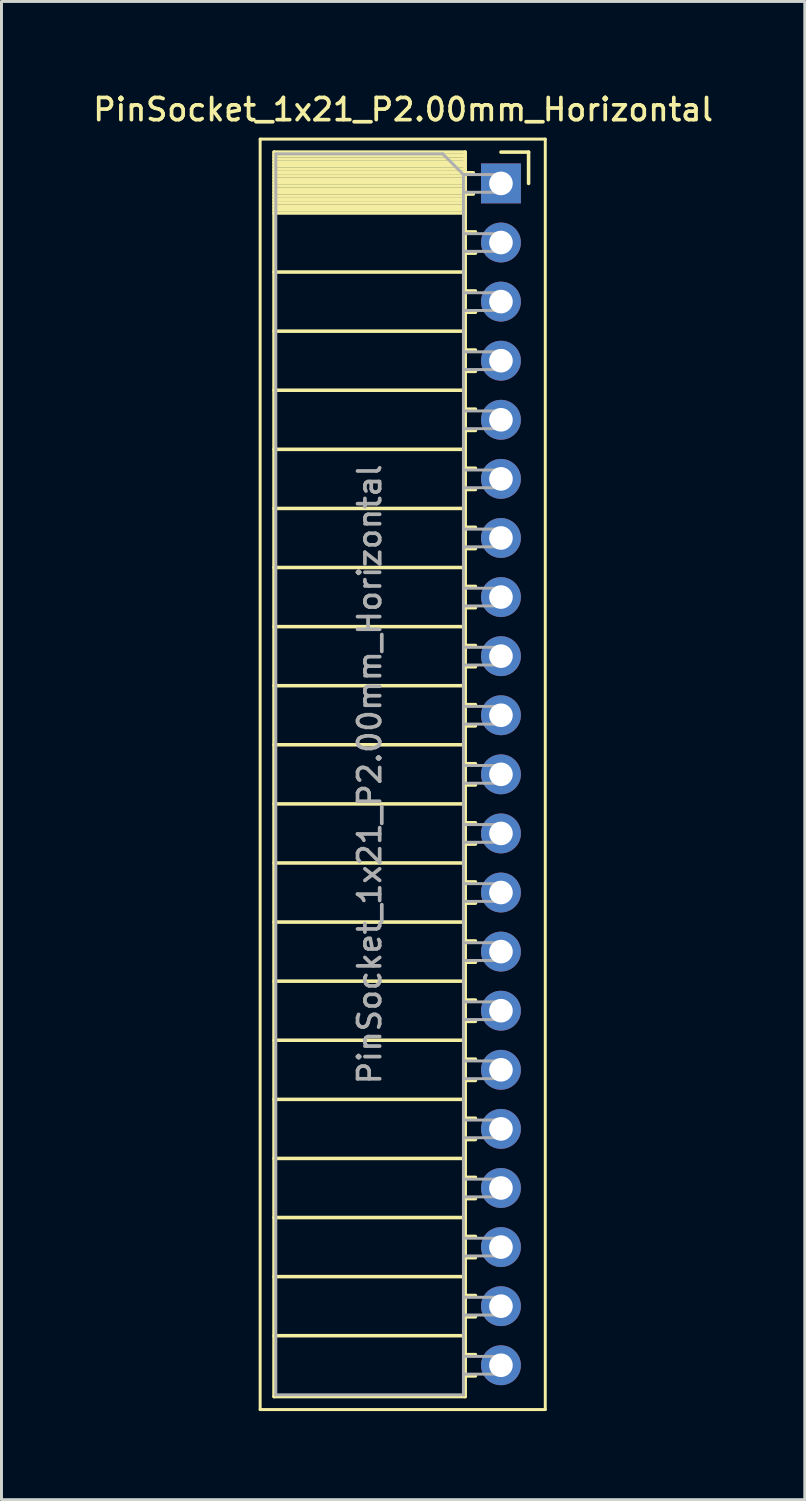
<source format=kicad_pcb>
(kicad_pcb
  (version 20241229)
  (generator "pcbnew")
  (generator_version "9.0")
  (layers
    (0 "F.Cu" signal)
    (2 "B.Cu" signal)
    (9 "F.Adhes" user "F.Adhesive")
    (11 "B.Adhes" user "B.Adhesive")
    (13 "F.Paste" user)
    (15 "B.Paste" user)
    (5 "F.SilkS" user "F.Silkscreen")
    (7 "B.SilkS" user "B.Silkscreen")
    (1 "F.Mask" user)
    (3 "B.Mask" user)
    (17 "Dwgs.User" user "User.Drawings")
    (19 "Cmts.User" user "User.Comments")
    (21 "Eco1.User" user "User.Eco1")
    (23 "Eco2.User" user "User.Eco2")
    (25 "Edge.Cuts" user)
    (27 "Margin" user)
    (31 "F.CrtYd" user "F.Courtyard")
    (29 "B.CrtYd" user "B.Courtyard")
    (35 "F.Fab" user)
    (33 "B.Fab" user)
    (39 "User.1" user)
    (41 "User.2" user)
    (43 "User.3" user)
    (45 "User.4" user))
  (footprint "PinSocket_1x21_P2.00mm_Horizontal"
    (layer "F.Cu")
    (at 13.905 3.158)
    (property "Reference" "PinSocket_1x21_P2.00mm_Horizontal" (at -3.31 -2.5 0) (layer "F.SilkS") (effects (font (size 0.75 0.75) (thickness 0.125))))
    (attr through_hole)
    (fp_line (start -8.15 -1.5) (end -8.15 41.5) (stroke (width 0.1) (type solid)) (layer "F.SilkS"))
    (fp_line (start -8.15 41.5) (end 1.5 41.5) (stroke (width 0.1) (type solid)) (layer "F.SilkS"))
    (fp_line (start -7.68 -1.06) (end -7.68 41.06) (stroke (width 0.12) (type solid)) (layer "F.SilkS"))
    (fp_line (start -7.68 -1.06) (end -1.21 -1.06) (stroke (width 0.12) (type solid)) (layer "F.SilkS"))
    (fp_line (start -7.68 -0.94) (end -1.21 -0.94) (stroke (width 0.12) (type solid)) (layer "F.SilkS"))
    (fp_line (start -7.68 -0.826) (end -1.21 -0.826) (stroke (width 0.12) (type solid)) (layer "F.SilkS"))
    (fp_line (start -7.68 -0.712) (end -1.21 -0.712) (stroke (width 0.12) (type solid)) (layer "F.SilkS"))
    (fp_line (start -7.68 -0.598) (end -1.21 -0.598) (stroke (width 0.12) (type solid)) (layer "F.SilkS"))
    (fp_line (start -7.68 -0.484) (end -1.21 -0.484) (stroke (width 0.12) (type solid)) (layer "F.SilkS"))
    (fp_line (start -7.68 -0.369) (end -1.21 -0.369) (stroke (width 0.12) (type solid)) (layer "F.SilkS"))
    (fp_line (start -7.68 -0.255) (end -1.21 -0.255) (stroke (width 0.12) (type solid)) (layer "F.SilkS"))
    (fp_line (start -7.68 -0.141) (end -1.21 -0.141) (stroke (width 0.12) (type solid)) (layer "F.SilkS"))
    (fp_line (start -7.68 -0.027) (end -1.21 -0.027) (stroke (width 0.12) (type solid)) (layer "F.SilkS"))
    (fp_line (start -7.68 0.087) (end -1.21 0.087) (stroke (width 0.12) (type solid)) (layer "F.SilkS"))
    (fp_line (start -7.68 0.201) (end -1.21 0.201) (stroke (width 0.12) (type solid)) (layer "F.SilkS"))
    (fp_line (start -7.68 0.315) (end -1.21 0.315) (stroke (width 0.12) (type solid)) (layer "F.SilkS"))
    (fp_line (start -7.68 0.429) (end -1.21 0.429) (stroke (width 0.12) (type solid)) (layer "F.SilkS"))
    (fp_line (start -7.68 0.544) (end -1.21 0.544) (stroke (width 0.12) (type solid)) (layer "F.SilkS"))
    (fp_line (start -7.68 0.658) (end -1.21 0.658) (stroke (width 0.12) (type solid)) (layer "F.SilkS"))
    (fp_line (start -7.68 0.772) (end -1.21 0.772) (stroke (width 0.12) (type solid)) (layer "F.SilkS"))
    (fp_line (start -7.68 0.886) (end -1.21 0.886) (stroke (width 0.12) (type solid)) (layer "F.SilkS"))
    (fp_line (start -7.68 1) (end -1.21 1) (stroke (width 0.12) (type solid)) (layer "F.SilkS"))
    (fp_line (start -7.68 3) (end -1.21 3) (stroke (width 0.12) (type solid)) (layer "F.SilkS"))
    (fp_line (start -7.68 5) (end -1.21 5) (stroke (width 0.12) (type solid)) (layer "F.SilkS"))
    (fp_line (start -7.68 7) (end -1.21 7) (stroke (width 0.12) (type solid)) (layer "F.SilkS"))
    (fp_line (start -7.68 9) (end -1.21 9) (stroke (width 0.12) (type solid)) (layer "F.SilkS"))
    (fp_line (start -7.68 11) (end -1.21 11) (stroke (width 0.12) (type solid)) (layer "F.SilkS"))
    (fp_line (start -7.68 13) (end -1.21 13) (stroke (width 0.12) (type solid)) (layer "F.SilkS"))
    (fp_line (start -7.68 15) (end -1.21 15) (stroke (width 0.12) (type solid)) (layer "F.SilkS"))
    (fp_line (start -7.68 17) (end -1.21 17) (stroke (width 0.12) (type solid)) (layer "F.SilkS"))
    (fp_line (start -7.68 19) (end -1.21 19) (stroke (width 0.12) (type solid)) (layer "F.SilkS"))
    (fp_line (start -7.68 21) (end -1.21 21) (stroke (width 0.12) (type solid)) (layer "F.SilkS"))
    (fp_line (start -7.68 23) (end -1.21 23) (stroke (width 0.12) (type solid)) (layer "F.SilkS"))
    (fp_line (start -7.68 25) (end -1.21 25) (stroke (width 0.12) (type solid)) (layer "F.SilkS"))
    (fp_line (start -7.68 27) (end -1.21 27) (stroke (width 0.12) (type solid)) (layer "F.SilkS"))
    (fp_line (start -7.68 29) (end -1.21 29) (stroke (width 0.12) (type solid)) (layer "F.SilkS"))
    (fp_line (start -7.68 31) (end -1.21 31) (stroke (width 0.12) (type solid)) (layer "F.SilkS"))
    (fp_line (start -7.68 33) (end -1.21 33) (stroke (width 0.12) (type solid)) (layer "F.SilkS"))
    (fp_line (start -7.68 35) (end -1.21 35) (stroke (width 0.12) (type solid)) (layer "F.SilkS"))
    (fp_line (start -7.68 37) (end -1.21 37) (stroke (width 0.12) (type solid)) (layer "F.SilkS"))
    (fp_line (start -7.68 39) (end -1.21 39) (stroke (width 0.12) (type solid)) (layer "F.SilkS"))
    (fp_line (start -7.68 41.06) (end -1.21 41.06) (stroke (width 0.12) (type solid)) (layer "F.SilkS"))
    (fp_line (start -1.21 -1.06) (end -1.21 41.06) (stroke (width 0.12) (type solid)) (layer "F.SilkS"))
    (fp_line (start -1.21 -0.36) (end -0.935 -0.36) (stroke (width 0.12) (type solid)) (layer "F.SilkS"))
    (fp_line (start -1.21 0.36) (end -0.935 0.36) (stroke (width 0.12) (type solid)) (layer "F.SilkS"))
    (fp_line (start -1.21 1.64) (end -0.863 1.64) (stroke (width 0.12) (type solid)) (layer "F.SilkS"))
    (fp_line (start -1.21 2.36) (end -0.863 2.36) (stroke (width 0.12) (type solid)) (layer "F.SilkS"))
    (fp_line (start -1.21 3.64) (end -0.863 3.64) (stroke (width 0.12) (type solid)) (layer "F.SilkS"))
    (fp_line (start -1.21 4.36) (end -0.863 4.36) (stroke (width 0.12) (type solid)) (layer "F.SilkS"))
    (fp_line (start -1.21 5.64) (end -0.863 5.64) (stroke (width 0.12) (type solid)) (layer "F.SilkS"))
    (fp_line (start -1.21 6.36) (end -0.863 6.36) (stroke (width 0.12) (type solid)) (layer "F.SilkS"))
    (fp_line (start -1.21 7.64) (end -0.863 7.64) (stroke (width 0.12) (type solid)) (layer "F.SilkS"))
    (fp_line (start -1.21 8.36) (end -0.863 8.36) (stroke (width 0.12) (type solid)) (layer "F.SilkS"))
    (fp_line (start -1.21 9.64) (end -0.863 9.64) (stroke (width 0.12) (type solid)) (layer "F.SilkS"))
    (fp_line (start -1.21 10.36) (end -0.863 10.36) (stroke (width 0.12) (type solid)) (layer "F.SilkS"))
    (fp_line (start -1.21 11.64) (end -0.863 11.64) (stroke (width 0.12) (type solid)) (layer "F.SilkS"))
    (fp_line (start -1.21 12.36) (end -0.863 12.36) (stroke (width 0.12) (type solid)) (layer "F.SilkS"))
    (fp_line (start -1.21 13.64) (end -0.863 13.64) (stroke (width 0.12) (type solid)) (layer "F.SilkS"))
    (fp_line (start -1.21 14.36) (end -0.863 14.36) (stroke (width 0.12) (type solid)) (layer "F.SilkS"))
    (fp_line (start -1.21 15.64) (end -0.863 15.64) (stroke (width 0.12) (type solid)) (layer "F.SilkS"))
    (fp_line (start -1.21 16.36) (end -0.863 16.36) (stroke (width 0.12) (type solid)) (layer "F.SilkS"))
    (fp_line (start -1.21 17.64) (end -0.863 17.64) (stroke (width 0.12) (type solid)) (layer "F.SilkS"))
    (fp_line (start -1.21 18.36) (end -0.863 18.36) (stroke (width 0.12) (type solid)) (layer "F.SilkS"))
    (fp_line (start -1.21 19.64) (end -0.863 19.64) (stroke (width 0.12) (type solid)) (layer "F.SilkS"))
    (fp_line (start -1.21 20.36) (end -0.863 20.36) (stroke (width 0.12) (type solid)) (layer "F.SilkS"))
    (fp_line (start -1.21 21.64) (end -0.863 21.64) (stroke (width 0.12) (type solid)) (layer "F.SilkS"))
    (fp_line (start -1.21 22.36) (end -0.863 22.36) (stroke (width 0.12) (type solid)) (layer "F.SilkS"))
    (fp_line (start -1.21 23.64) (end -0.863 23.64) (stroke (width 0.12) (type solid)) (layer "F.SilkS"))
    (fp_line (start -1.21 24.36) (end -0.863 24.36) (stroke (width 0.12) (type solid)) (layer "F.SilkS"))
    (fp_line (start -1.21 25.64) (end -0.863 25.64) (stroke (width 0.12) (type solid)) (layer "F.SilkS"))
    (fp_line (start -1.21 26.36) (end -0.863 26.36) (stroke (width 0.12) (type solid)) (layer "F.SilkS"))
    (fp_line (start -1.21 27.64) (end -0.863 27.64) (stroke (width 0.12) (type solid)) (layer "F.SilkS"))
    (fp_line (start -1.21 28.36) (end -0.863 28.36) (stroke (width 0.12) (type solid)) (layer "F.SilkS"))
    (fp_line (start -1.21 29.64) (end -0.863 29.64) (stroke (width 0.12) (type solid)) (layer "F.SilkS"))
    (fp_line (start -1.21 30.36) (end -0.863 30.36) (stroke (width 0.12) (type solid)) (layer "F.SilkS"))
    (fp_line (start -1.21 31.64) (end -0.863 31.64) (stroke (width 0.12) (type solid)) (layer "F.SilkS"))
    (fp_line (start -1.21 32.36) (end -0.863 32.36) (stroke (width 0.12) (type solid)) (layer "F.SilkS"))
    (fp_line (start -1.21 33.64) (end -0.863 33.64) (stroke (width 0.12) (type solid)) (layer "F.SilkS"))
    (fp_line (start -1.21 34.36) (end -0.863 34.36) (stroke (width 0.12) (type solid)) (layer "F.SilkS"))
    (fp_line (start -1.21 35.64) (end -0.863 35.64) (stroke (width 0.12) (type solid)) (layer "F.SilkS"))
    (fp_line (start -1.21 36.36) (end -0.863 36.36) (stroke (width 0.12) (type solid)) (layer "F.SilkS"))
    (fp_line (start -1.21 37.64) (end -0.863 37.64) (stroke (width 0.12) (type solid)) (layer "F.SilkS"))
    (fp_line (start -1.21 38.36) (end -0.863 38.36) (stroke (width 0.12) (type solid)) (layer "F.SilkS"))
    (fp_line (start -1.21 39.64) (end -0.863 39.64) (stroke (width 0.12) (type solid)) (layer "F.SilkS"))
    (fp_line (start -1.21 40.36) (end -0.863 40.36) (stroke (width 0.12) (type solid)) (layer "F.SilkS"))
    (fp_line (start 0 -1.06) (end 0.935 -1.06) (stroke (width 0.12) (type solid)) (layer "F.SilkS"))
    (fp_line (start 0.935 -1.06) (end 0.935 0) (stroke (width 0.12) (type solid)) (layer "F.SilkS"))
    (fp_line (start 1.5 -1.5) (end -8.15 -1.5) (stroke (width 0.1) (type solid)) (layer "F.SilkS"))
    (fp_line (start 1.5 41.5) (end 1.5 -1.5) (stroke (width 0.1) (type solid)) (layer "F.SilkS"))
    (fp_line (start -7.62 -1) (end -1.97 -1) (stroke (width 0.1) (type solid)) (layer "F.Fab"))
    (fp_line (start -7.62 41) (end -7.62 -1) (stroke (width 0.1) (type solid)) (layer "F.Fab"))
    (fp_line (start -1.97 -1) (end -1.27 -0.3) (stroke (width 0.1) (type solid)) (layer "F.Fab"))
    (fp_line (start -1.27 -0.3) (end -1.27 41) (stroke (width 0.1) (type solid)) (layer "F.Fab"))
    (fp_line (start -1.27 0.3) (end 0 0.3) (stroke (width 0.1) (type solid)) (layer "F.Fab"))
    (fp_line (start -1.27 2.3) (end 0 2.3) (stroke (width 0.1) (type solid)) (layer "F.Fab"))
    (fp_line (start -1.27 4.3) (end 0 4.3) (stroke (width 0.1) (type solid)) (layer "F.Fab"))
    (fp_line (start -1.27 6.3) (end 0 6.3) (stroke (width 0.1) (type solid)) (layer "F.Fab"))
    (fp_line (start -1.27 8.3) (end 0 8.3) (stroke (width 0.1) (type solid)) (layer "F.Fab"))
    (fp_line (start -1.27 10.3) (end 0 10.3) (stroke (width 0.1) (type solid)) (layer "F.Fab"))
    (fp_line (start -1.27 12.3) (end 0 12.3) (stroke (width 0.1) (type solid)) (layer "F.Fab"))
    (fp_line (start -1.27 14.3) (end 0 14.3) (stroke (width 0.1) (type solid)) (layer "F.Fab"))
    (fp_line (start -1.27 16.3) (end 0 16.3) (stroke (width 0.1) (type solid)) (layer "F.Fab"))
    (fp_line (start -1.27 18.3) (end 0 18.3) (stroke (width 0.1) (type solid)) (layer "F.Fab"))
    (fp_line (start -1.27 20.3) (end 0 20.3) (stroke (width 0.1) (type solid)) (layer "F.Fab"))
    (fp_line (start -1.27 22.3) (end 0 22.3) (stroke (width 0.1) (type solid)) (layer "F.Fab"))
    (fp_line (start -1.27 24.3) (end 0 24.3) (stroke (width 0.1) (type solid)) (layer "F.Fab"))
    (fp_line (start -1.27 26.3) (end 0 26.3) (stroke (width 0.1) (type solid)) (layer "F.Fab"))
    (fp_line (start -1.27 28.3) (end 0 28.3) (stroke (width 0.1) (type solid)) (layer "F.Fab"))
    (fp_line (start -1.27 30.3) (end 0 30.3) (stroke (width 0.1) (type solid)) (layer "F.Fab"))
    (fp_line (start -1.27 32.3) (end 0 32.3) (stroke (width 0.1) (type solid)) (layer "F.Fab"))
    (fp_line (start -1.27 34.3) (end 0 34.3) (stroke (width 0.1) (type solid)) (layer "F.Fab"))
    (fp_line (start -1.27 36.3) (end 0 36.3) (stroke (width 0.1) (type solid)) (layer "F.Fab"))
    (fp_line (start -1.27 38.3) (end 0 38.3) (stroke (width 0.1) (type solid)) (layer "F.Fab"))
    (fp_line (start -1.27 40.3) (end 0 40.3) (stroke (width 0.1) (type solid)) (layer "F.Fab"))
    (fp_line (start -1.27 41) (end -7.62 41) (stroke (width 0.1) (type solid)) (layer "F.Fab"))
    (fp_line (start 0 -0.3) (end -1.27 -0.3) (stroke (width 0.1) (type solid)) (layer "F.Fab"))
    (fp_line (start 0 0.3) (end 0 -0.3) (stroke (width 0.1) (type solid)) (layer "F.Fab"))
    (fp_line (start 0 1.7) (end -1.27 1.7) (stroke (width 0.1) (type solid)) (layer "F.Fab"))
    (fp_line (start 0 2.3) (end 0 1.7) (stroke (width 0.1) (type solid)) (layer "F.Fab"))
    (fp_line (start 0 3.7) (end -1.27 3.7) (stroke (width 0.1) (type solid)) (layer "F.Fab"))
    (fp_line (start 0 4.3) (end 0 3.7) (stroke (width 0.1) (type solid)) (layer "F.Fab"))
    (fp_line (start 0 5.7) (end -1.27 5.7) (stroke (width 0.1) (type solid)) (layer "F.Fab"))
    (fp_line (start 0 6.3) (end 0 5.7) (stroke (width 0.1) (type solid)) (layer "F.Fab"))
    (fp_line (start 0 7.7) (end -1.27 7.7) (stroke (width 0.1) (type solid)) (layer "F.Fab"))
    (fp_line (start 0 8.3) (end 0 7.7) (stroke (width 0.1) (type solid)) (layer "F.Fab"))
    (fp_line (start 0 9.7) (end -1.27 9.7) (stroke (width 0.1) (type solid)) (layer "F.Fab"))
    (fp_line (start 0 10.3) (end 0 9.7) (stroke (width 0.1) (type solid)) (layer "F.Fab"))
    (fp_line (start 0 11.7) (end -1.27 11.7) (stroke (width 0.1) (type solid)) (layer "F.Fab"))
    (fp_line (start 0 12.3) (end 0 11.7) (stroke (width 0.1) (type solid)) (layer "F.Fab"))
    (fp_line (start 0 13.7) (end -1.27 13.7) (stroke (width 0.1) (type solid)) (layer "F.Fab"))
    (fp_line (start 0 14.3) (end 0 13.7) (stroke (width 0.1) (type solid)) (layer "F.Fab"))
    (fp_line (start 0 15.7) (end -1.27 15.7) (stroke (width 0.1) (type solid)) (layer "F.Fab"))
    (fp_line (start 0 16.3) (end 0 15.7) (stroke (width 0.1) (type solid)) (layer "F.Fab"))
    (fp_line (start 0 17.7) (end -1.27 17.7) (stroke (width 0.1) (type solid)) (layer "F.Fab"))
    (fp_line (start 0 18.3) (end 0 17.7) (stroke (width 0.1) (type solid)) (layer "F.Fab"))
    (fp_line (start 0 19.7) (end -1.27 19.7) (stroke (width 0.1) (type solid)) (layer "F.Fab"))
    (fp_line (start 0 20.3) (end 0 19.7) (stroke (width 0.1) (type solid)) (layer "F.Fab"))
    (fp_line (start 0 21.7) (end -1.27 21.7) (stroke (width 0.1) (type solid)) (layer "F.Fab"))
    (fp_line (start 0 22.3) (end 0 21.7) (stroke (width 0.1) (type solid)) (layer "F.Fab"))
    (fp_line (start 0 23.7) (end -1.27 23.7) (stroke (width 0.1) (type solid)) (layer "F.Fab"))
    (fp_line (start 0 24.3) (end 0 23.7) (stroke (width 0.1) (type solid)) (layer "F.Fab"))
    (fp_line (start 0 25.7) (end -1.27 25.7) (stroke (width 0.1) (type solid)) (layer "F.Fab"))
    (fp_line (start 0 26.3) (end 0 25.7) (stroke (width 0.1) (type solid)) (layer "F.Fab"))
    (fp_line (start 0 27.7) (end -1.27 27.7) (stroke (width 0.1) (type solid)) (layer "F.Fab"))
    (fp_line (start 0 28.3) (end 0 27.7) (stroke (width 0.1) (type solid)) (layer "F.Fab"))
    (fp_line (start 0 29.7) (end -1.27 29.7) (stroke (width 0.1) (type solid)) (layer "F.Fab"))
    (fp_line (start 0 30.3) (end 0 29.7) (stroke (width 0.1) (type solid)) (layer "F.Fab"))
    (fp_line (start 0 31.7) (end -1.27 31.7) (stroke (width 0.1) (type solid)) (layer "F.Fab"))
    (fp_line (start 0 32.3) (end 0 31.7) (stroke (width 0.1) (type solid)) (layer "F.Fab"))
    (fp_line (start 0 33.7) (end -1.27 33.7) (stroke (width 0.1) (type solid)) (layer "F.Fab"))
    (fp_line (start 0 34.3) (end 0 33.7) (stroke (width 0.1) (type solid)) (layer "F.Fab"))
    (fp_line (start 0 35.7) (end -1.27 35.7) (stroke (width 0.1) (type solid)) (layer "F.Fab"))
    (fp_line (start 0 36.3) (end 0 35.7) (stroke (width 0.1) (type solid)) (layer "F.Fab"))
    (fp_line (start 0 37.7) (end -1.27 37.7) (stroke (width 0.1) (type solid)) (layer "F.Fab"))
    (fp_line (start 0 38.3) (end 0 37.7) (stroke (width 0.1) (type solid)) (layer "F.Fab"))
    (fp_line (start 0 39.7) (end -1.27 39.7) (stroke (width 0.1) (type solid)) (layer "F.Fab"))
    (fp_line (start 0 40.3) (end 0 39.7) (stroke (width 0.1) (type solid)) (layer "F.Fab"))
    (fp_text user "${REFERENCE}" (at -4.445 20 90) (layer "F.Fab") (effects (font (size 0.75 0.75) (thickness 0.125))))
    (pad "1" thru_hole rect (at 0 0) (size 1.35 1.35) (drill 0.8) (layers "*.Cu" "*.Mask"))
    (pad "2" thru_hole oval (at 0 2) (size 1.35 1.35) (drill 0.8) (layers "*.Cu" "*.Mask"))
    (pad "3" thru_hole oval (at 0 4) (size 1.35 1.35) (drill 0.8) (layers "*.Cu" "*.Mask"))
    (pad "4" thru_hole oval (at 0 6) (size 1.35 1.35) (drill 0.8) (layers "*.Cu" "*.Mask"))
    (pad "5" thru_hole oval (at 0 8) (size 1.35 1.35) (drill 0.8) (layers "*.Cu" "*.Mask"))
    (pad "6" thru_hole oval (at 0 10) (size 1.35 1.35) (drill 0.8) (layers "*.Cu" "*.Mask"))
    (pad "7" thru_hole oval (at 0 12) (size 1.35 1.35) (drill 0.8) (layers "*.Cu" "*.Mask"))
    (pad "8" thru_hole oval (at 0 14) (size 1.35 1.35) (drill 0.8) (layers "*.Cu" "*.Mask"))
    (pad "9" thru_hole oval (at 0 16) (size 1.35 1.35) (drill 0.8) (layers "*.Cu" "*.Mask"))
    (pad "10" thru_hole oval (at 0 18) (size 1.35 1.35) (drill 0.8) (layers "*.Cu" "*.Mask"))
    (pad "11" thru_hole oval (at 0 20) (size 1.35 1.35) (drill 0.8) (layers "*.Cu" "*.Mask"))
    (pad "12" thru_hole oval (at 0 22) (size 1.35 1.35) (drill 0.8) (layers "*.Cu" "*.Mask"))
    (pad "13" thru_hole oval (at 0 24) (size 1.35 1.35) (drill 0.8) (layers "*.Cu" "*.Mask"))
    (pad "14" thru_hole oval (at 0 26) (size 1.35 1.35) (drill 0.8) (layers "*.Cu" "*.Mask"))
    (pad "15" thru_hole oval (at 0 28) (size 1.35 1.35) (drill 0.8) (layers "*.Cu" "*.Mask"))
    (pad "16" thru_hole oval (at 0 30) (size 1.35 1.35) (drill 0.8) (layers "*.Cu" "*.Mask"))
    (pad "17" thru_hole oval (at 0 32) (size 1.35 1.35) (drill 0.8) (layers "*.Cu" "*.Mask"))
    (pad "18" thru_hole oval (at 0 34) (size 1.35 1.35) (drill 0.8) (layers "*.Cu" "*.Mask"))
    (pad "19" thru_hole oval (at 0 36) (size 1.35 1.35) (drill 0.8) (layers "*.Cu" "*.Mask"))
    (pad "20" thru_hole oval (at 0 38) (size 1.35 1.35) (drill 0.8) (layers "*.Cu" "*.Mask"))
    (pad "21" thru_hole oval (at 0 40) (size 1.35 1.35) (drill 0.8) (layers "*.Cu" "*.Mask")))
  (gr_rect
    (start -3 -3)
    (end 24.189 47.708)
    (stroke (width 0.1) (type default))
    (fill no)
    (layer "Edge.Cuts")))
</source>
